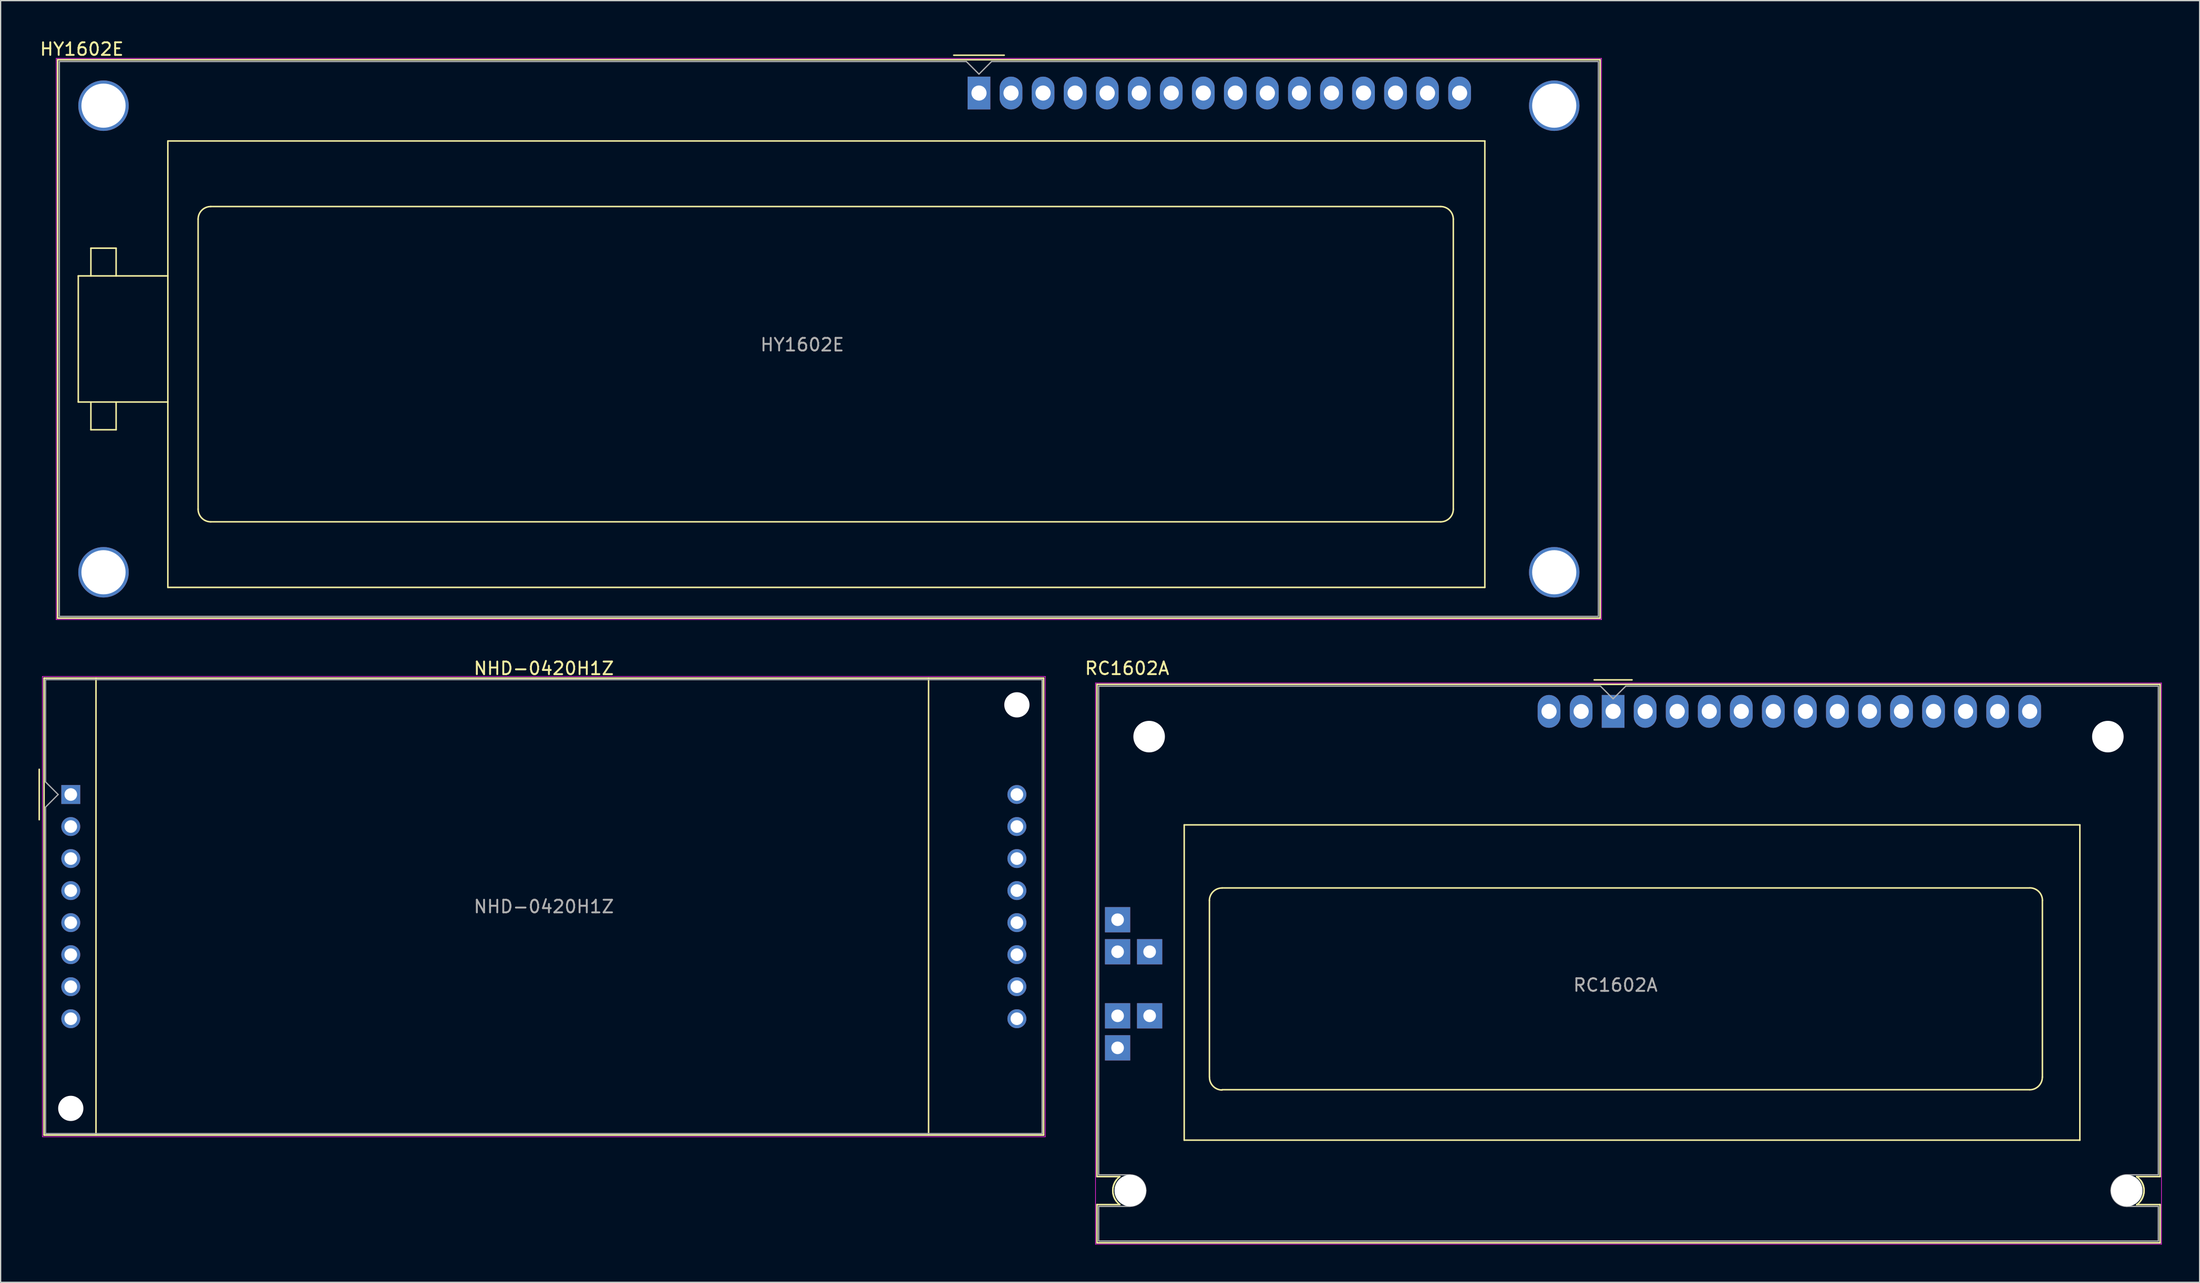
<source format=kicad_pcb>
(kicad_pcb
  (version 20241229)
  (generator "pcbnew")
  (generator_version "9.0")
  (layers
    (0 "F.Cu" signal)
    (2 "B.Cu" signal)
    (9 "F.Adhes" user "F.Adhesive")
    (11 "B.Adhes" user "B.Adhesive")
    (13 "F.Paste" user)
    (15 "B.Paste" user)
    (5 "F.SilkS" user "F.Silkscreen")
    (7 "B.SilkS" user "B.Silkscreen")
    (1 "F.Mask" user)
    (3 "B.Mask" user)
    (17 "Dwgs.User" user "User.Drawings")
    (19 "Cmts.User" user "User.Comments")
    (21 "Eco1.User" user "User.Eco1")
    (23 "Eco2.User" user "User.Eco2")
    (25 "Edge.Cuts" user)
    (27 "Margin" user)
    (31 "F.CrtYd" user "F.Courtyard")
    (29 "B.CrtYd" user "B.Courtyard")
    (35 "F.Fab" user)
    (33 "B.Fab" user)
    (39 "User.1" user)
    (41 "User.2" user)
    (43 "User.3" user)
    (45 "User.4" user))
  (footprint "HY1602E"
    (layer "F.Cu")
    (at 74.555 4.328)
    (property "Reference" "HY1602E" (at -71.12 -3.48 0) (layer "F.SilkS") (effects (font (size 1 1) (thickness 0.15))))
    (attr through_hole)
    (fp_line (start -73.04 -2.64) (end -73.04 41.64) (stroke (width 0.12) (type solid)) (layer "F.SilkS"))
    (fp_line (start -73.04 -2.64) (end 49.24 -2.64) (stroke (width 0.12) (type solid)) (layer "F.SilkS"))
    (fp_line (start -71.4 14.5) (end -64.3 14.5) (stroke (width 0.12) (type solid)) (layer "F.SilkS"))
    (fp_line (start -71.4 24.5) (end -71.4 14.5) (stroke (width 0.12) (type solid)) (layer "F.SilkS"))
    (fp_line (start -70.4 12.3) (end -70.4 14.5) (stroke (width 0.12) (type solid)) (layer "F.SilkS"))
    (fp_line (start -70.4 26.7) (end -70.4 24.5) (stroke (width 0.12) (type solid)) (layer "F.SilkS"))
    (fp_line (start -68.4 12.3) (end -70.4 12.3) (stroke (width 0.12) (type solid)) (layer "F.SilkS"))
    (fp_line (start -68.4 14.5) (end -68.4 12.3) (stroke (width 0.12) (type solid)) (layer "F.SilkS"))
    (fp_line (start -68.4 24.5) (end -68.4 26.7) (stroke (width 0.12) (type solid)) (layer "F.SilkS"))
    (fp_line (start -68.4 26.7) (end -70.4 26.7) (stroke (width 0.12) (type solid)) (layer "F.SilkS"))
    (fp_line (start -64.3 3.8) (end 40.1 3.8) (stroke (width 0.12) (type solid)) (layer "F.SilkS"))
    (fp_line (start -64.3 24.5) (end -71.4 24.5) (stroke (width 0.12) (type solid)) (layer "F.SilkS"))
    (fp_line (start -64.3 39.2) (end -64.3 3.8) (stroke (width 0.12) (type solid)) (layer "F.SilkS"))
    (fp_line (start -61.9 33) (end -61.9 10) (stroke (width 0.12) (type solid)) (layer "F.SilkS"))
    (fp_line (start -60.9 9) (end 36.6 9) (stroke (width 0.12) (type solid)) (layer "F.SilkS"))
    (fp_line (start -2 -3) (end 2 -3) (stroke (width 0.12) (type solid)) (layer "F.SilkS"))
    (fp_line (start 36.6 34) (end -60.9 34) (stroke (width 0.12) (type solid)) (layer "F.SilkS"))
    (fp_line (start 37.6 10) (end 37.6 33) (stroke (width 0.12) (type solid)) (layer "F.SilkS"))
    (fp_line (start 40.1 3.8) (end 40.1 39.2) (stroke (width 0.12) (type solid)) (layer "F.SilkS"))
    (fp_line (start 40.1 39.2) (end -64.3 39.2) (stroke (width 0.12) (type solid)) (layer "F.SilkS"))
    (fp_line (start 49.24 -2.64) (end 49.24 41.64) (stroke (width 0.12) (type solid)) (layer "F.SilkS"))
    (fp_line (start 49.24 41.64) (end -73.04 41.64) (stroke (width 0.12) (type solid)) (layer "F.SilkS"))
    (fp_arc (start -61.9 10) (mid -61.607107 9.292893) (end -60.9 9) (stroke (width 0.12) (type solid)) (layer "F.SilkS"))
    (fp_arc (start -60.9 34) (mid -61.607107 33.707107) (end -61.9 33) (stroke (width 0.12) (type solid)) (layer "F.SilkS"))
    (fp_arc (start 36.6 9) (mid 37.307107 9.292893) (end 37.6 10) (stroke (width 0.12) (type solid)) (layer "F.SilkS"))
    (fp_arc (start 37.6 33) (mid 37.307107 33.707107) (end 36.6 34) (stroke (width 0.12) (type solid)) (layer "F.SilkS"))
    (fp_line (start -73.15 -2.75) (end -73.15 41.75) (stroke (width 0.05) (type solid)) (layer "F.CrtYd"))
    (fp_line (start -73.15 -2.75) (end 49.35 -2.75) (stroke (width 0.05) (type solid)) (layer "F.CrtYd"))
    (fp_line (start -73.15 41.75) (end 49.35 41.75) (stroke (width 0.05) (type solid)) (layer "F.CrtYd"))
    (fp_line (start 49.35 -2.75) (end 49.35 41.75) (stroke (width 0.05) (type solid)) (layer "F.CrtYd"))
    (fp_line (start -72.9 -2.5) (end -72.9 41.5) (stroke (width 0.1) (type solid)) (layer "F.Fab"))
    (fp_line (start -72.9 41.5) (end 49.1 41.5) (stroke (width 0.1) (type solid)) (layer "F.Fab"))
    (fp_line (start -1 -2.5) (end -72.9 -2.5) (stroke (width 0.1) (type solid)) (layer "F.Fab"))
    (fp_line (start 0 -1.5) (end -1 -2.5) (stroke (width 0.1) (type solid)) (layer "F.Fab"))
    (fp_line (start 1 -2.5) (end 0 -1.5) (stroke (width 0.1) (type solid)) (layer "F.Fab"))
    (fp_line (start 49.1 -2.5) (end 1 -2.5) (stroke (width 0.1) (type solid)) (layer "F.Fab"))
    (fp_line (start 49.1 41.5) (end 49.1 -2.5) (stroke (width 0.1) (type solid)) (layer "F.Fab"))
    (fp_text user "${REFERENCE}" (at -14.01 19.96 0) (layer "F.Fab") (effects (font (size 1 1) (thickness 0.15))))
    (pad "" thru_hole circle (at -69.4 1.001 180) (size 4 4) (drill 3.5) (layers "*.Cu" "*.Mask"))
    (pad "" thru_hole circle (at -69.4 38.001 180) (size 4 4) (drill 3.5) (layers "*.Cu" "*.Mask"))
    (pad "" thru_hole circle (at 45.601 1.001 180) (size 4 4) (drill 3.5) (layers "*.Cu" "*.Mask"))
    (pad "" thru_hole circle (at 45.601 38.001 180) (size 4 4) (drill 3.5) (layers "*.Cu" "*.Mask"))
    (pad "1" thru_hole rect (at 0 0 180) (size 1.8 2.6) (drill 1.2) (layers "*.Cu" "*.Mask"))
    (pad "2" thru_hole oval (at 2.54 0 180) (size 1.8 2.6) (drill 1.2) (layers "*.Cu" "*.Mask"))
    (pad "3" thru_hole oval (at 5.08 0 180) (size 1.8 2.6) (drill 1.2) (layers "*.Cu" "*.Mask"))
    (pad "4" thru_hole oval (at 7.62 0 180) (size 1.8 2.6) (drill 1.2) (layers "*.Cu" "*.Mask"))
    (pad "5" thru_hole oval (at 10.16 0 180) (size 1.8 2.6) (drill 1.2) (layers "*.Cu" "*.Mask"))
    (pad "6" thru_hole oval (at 12.7 0 180) (size 1.8 2.6) (drill 1.2) (layers "*.Cu" "*.Mask"))
    (pad "7" thru_hole oval (at 15.24 0 180) (size 1.8 2.6) (drill 1.2) (layers "*.Cu" "*.Mask"))
    (pad "8" thru_hole oval (at 17.78 0 180) (size 1.8 2.6) (drill 1.2) (layers "*.Cu" "*.Mask"))
    (pad "9" thru_hole oval (at 20.32 0 180) (size 1.8 2.6) (drill 1.2) (layers "*.Cu" "*.Mask"))
    (pad "10" thru_hole oval (at 22.86 0 180) (size 1.8 2.6) (drill 1.2) (layers "*.Cu" "*.Mask"))
    (pad "11" thru_hole oval (at 25.4 0 180) (size 1.8 2.6) (drill 1.2) (layers "*.Cu" "*.Mask"))
    (pad "12" thru_hole oval (at 27.94 0 180) (size 1.8 2.6) (drill 1.2) (layers "*.Cu" "*.Mask"))
    (pad "13" thru_hole oval (at 30.48 0 180) (size 1.8 2.6) (drill 1.2) (layers "*.Cu" "*.Mask"))
    (pad "14" thru_hole oval (at 33.02 0 180) (size 1.8 2.6) (drill 1.2) (layers "*.Cu" "*.Mask"))
    (pad "15" thru_hole oval (at 35.56 0 180) (size 1.8 2.6) (drill 1.2) (layers "*.Cu" "*.Mask"))
    (pad "16" thru_hole oval (at 38.1 0 180) (size 1.8 2.6) (drill 1.2) (layers "*.Cu" "*.Mask")))
  (footprint "NHD-0420H1Z"
    (layer "F.Cu")
    (at 2.56 59.952)
    (property "Reference" "NHD-0420H1Z" (at 37.5 -10 0) (layer "F.SilkS") (effects (font (size 1 1) (thickness 0.15))))
    (attr through_hole)
    (fp_line (start -2.5 -2) (end -2.5 2) (stroke (width 0.12) (type solid)) (layer "F.SilkS"))
    (fp_line (start -2.12 -9.23) (end 77.12 -9.23) (stroke (width 0.12) (type solid)) (layer "F.SilkS"))
    (fp_line (start -2.12 27.01) (end -2.12 -9.23) (stroke (width 0.12) (type solid)) (layer "F.SilkS"))
    (fp_line (start 2 27.01) (end 2 -9.23) (stroke (width 0.12) (type solid)) (layer "F.SilkS"))
    (fp_line (start 68 -9.23) (end 68 27.01) (stroke (width 0.12) (type solid)) (layer "F.SilkS"))
    (fp_line (start 77.12 -9.23) (end 77.12 27.01) (stroke (width 0.12) (type solid)) (layer "F.SilkS"))
    (fp_line (start 77.12 27.01) (end -2.12 27.01) (stroke (width 0.12) (type solid)) (layer "F.SilkS"))
    (fp_line (start -2.25 -9.36) (end 77.25 -9.36) (stroke (width 0.05) (type solid)) (layer "F.CrtYd"))
    (fp_line (start -2.25 27.14) (end -2.25 -9.36) (stroke (width 0.05) (type solid)) (layer "F.CrtYd"))
    (fp_line (start 77.25 -9.36) (end 77.25 27.14) (stroke (width 0.05) (type solid)) (layer "F.CrtYd"))
    (fp_line (start 77.25 27.14) (end -2.25 27.14) (stroke (width 0.05) (type solid)) (layer "F.CrtYd"))
    (fp_line (start -2 -9.11) (end 77 -9.11) (stroke (width 0.1) (type solid)) (layer "F.Fab"))
    (fp_line (start -2 -1) (end -2 -9.11) (stroke (width 0.1) (type solid)) (layer "F.Fab"))
    (fp_line (start -2 1) (end -1 0) (stroke (width 0.1) (type solid)) (layer "F.Fab"))
    (fp_line (start -2 26.89) (end -2 1) (stroke (width 0.1) (type solid)) (layer "F.Fab"))
    (fp_line (start -1 0) (end -2 -1) (stroke (width 0.1) (type solid)) (layer "F.Fab"))
    (fp_line (start 77 -9.11) (end 77 26.89) (stroke (width 0.1) (type solid)) (layer "F.Fab"))
    (fp_line (start 77 26.89) (end -2 26.89) (stroke (width 0.1) (type solid)) (layer "F.Fab"))
    (fp_text user "${REFERENCE}" (at 37.5 8.89 0) (layer "F.Fab") (effects (font (size 1 1) (thickness 0.15))))
    (pad "" np_thru_hole circle (at 0 24.89) (size 2 2) (drill 2) (layers "*.Cu" "*.Mask"))
    (pad "" np_thru_hole circle (at 75 -7.11) (size 2 2) (drill 2) (layers "*.Cu" "*.Mask"))
    (pad "1" thru_hole rect (at 0 0) (size 1.5 1.5) (drill 1) (layers "*.Cu" "*.Mask"))
    (pad "2" thru_hole circle (at 0 2.54) (size 1.5 1.5) (drill 1) (layers "*.Cu" "*.Mask"))
    (pad "3" thru_hole circle (at 0 5.08) (size 1.5 1.5) (drill 1) (layers "*.Cu" "*.Mask"))
    (pad "4" thru_hole circle (at 0 7.62) (size 1.5 1.5) (drill 1) (layers "*.Cu" "*.Mask"))
    (pad "5" thru_hole circle (at 0 10.16) (size 1.5 1.5) (drill 1) (layers "*.Cu" "*.Mask"))
    (pad "6" thru_hole circle (at 0 12.7) (size 1.5 1.5) (drill 1) (layers "*.Cu" "*.Mask"))
    (pad "7" thru_hole circle (at 0 15.24) (size 1.5 1.5) (drill 1) (layers "*.Cu" "*.Mask"))
    (pad "8" thru_hole circle (at 0 17.78) (size 1.5 1.5) (drill 1) (layers "*.Cu" "*.Mask"))
    (pad "9" thru_hole circle (at 75 0) (size 1.5 1.5) (drill 1) (layers "*.Cu" "*.Mask"))
    (pad "10" thru_hole circle (at 75 2.54) (size 1.5 1.5) (drill 1) (layers "*.Cu" "*.Mask"))
    (pad "11" thru_hole circle (at 75 5.08) (size 1.5 1.5) (drill 1) (layers "*.Cu" "*.Mask"))
    (pad "12" thru_hole circle (at 75 7.62) (size 1.5 1.5) (drill 1) (layers "*.Cu" "*.Mask"))
    (pad "13" thru_hole circle (at 75 10.16) (size 1.5 1.5) (drill 1) (layers "*.Cu" "*.Mask"))
    (pad "14" thru_hole circle (at 75 12.7) (size 1.5 1.5) (drill 1) (layers "*.Cu" "*.Mask"))
    (pad "15" thru_hole circle (at 75 15.24) (size 1.5 1.5) (drill 1) (layers "*.Cu" "*.Mask"))
    (pad "16" thru_hole circle (at 75 17.78) (size 1.5 1.5) (drill 1) (layers "*.Cu" "*.Mask")))
  (footprint "RC1602A"
    (layer "F.Cu")
    (at 124.823 53.361)
    (property "Reference" "RC1602A" (at -38.53 -3.41 180) (layer "F.SilkS") (effects (font (size 1 1) (thickness 0.15))))
    (attr through_hole)
    (fp_line (start -40.92 -2.14) (end 43.36 -2.14) (stroke (width 0.12) (type solid)) (layer "F.SilkS"))
    (fp_line (start -40.92 36.89) (end -40.92 -2.14) (stroke (width 0.12) (type solid)) (layer "F.SilkS"))
    (fp_line (start -40.92 36.89) (end -39.1 36.89) (stroke (width 0.12) (type solid)) (layer "F.SilkS"))
    (fp_line (start -40.92 39.11) (end -39.1 39.11) (stroke (width 0.12) (type solid)) (layer "F.SilkS"))
    (fp_line (start -40.92 42.14) (end -40.92 39.11) (stroke (width 0.12) (type solid)) (layer "F.SilkS"))
    (fp_line (start -34 9) (end 37 9) (stroke (width 0.12) (type solid)) (layer "F.SilkS"))
    (fp_line (start -34 34) (end -34 9) (stroke (width 0.12) (type solid)) (layer "F.SilkS"))
    (fp_line (start -32 29) (end -32 15) (stroke (width 0.12) (type solid)) (layer "F.SilkS"))
    (fp_line (start -31 14) (end 33 14) (stroke (width 0.12) (type solid)) (layer "F.SilkS"))
    (fp_line (start -1.5 -2.5) (end 1.5 -2.5) (stroke (width 0.12) (type solid)) (layer "F.SilkS"))
    (fp_line (start 33 30) (end -31 30) (stroke (width 0.12) (type solid)) (layer "F.SilkS"))
    (fp_line (start 34.03 15) (end 34.03 29) (stroke (width 0.12) (type solid)) (layer "F.SilkS"))
    (fp_line (start 37 9) (end 37 34) (stroke (width 0.12) (type solid)) (layer "F.SilkS"))
    (fp_line (start 37 34) (end -34 34) (stroke (width 0.12) (type solid)) (layer "F.SilkS"))
    (fp_line (start 41.5 39.11) (end 43.36 39.11) (stroke (width 0.12) (type solid)) (layer "F.SilkS"))
    (fp_line (start 43.36 -2.14) (end 43.36 36.89) (stroke (width 0.12) (type solid)) (layer "F.SilkS"))
    (fp_line (start 43.36 36.89) (end 41.5 36.89) (stroke (width 0.12) (type solid)) (layer "F.SilkS"))
    (fp_line (start 43.36 39.11) (end 43.36 42.14) (stroke (width 0.12) (type solid)) (layer "F.SilkS"))
    (fp_line (start 43.36 42.14) (end -40.92 42.14) (stroke (width 0.12) (type solid)) (layer "F.SilkS"))
    (fp_arc (start -39.39 38.82) (mid -39.644716 37.794939) (end -39.1 36.89) (stroke (width 0.12) (type solid)) (layer "F.SilkS"))
    (fp_arc (start -39.1 39.11) (mid -39.644716 38.205061) (end -39.39 37.18) (stroke (width 0.12) (type solid)) (layer "F.SilkS"))
    (fp_arc (start -32.00286 15.00246) (mid -31.710488 14.296612) (end -31.00464 14.00424) (stroke (width 0.12) (type solid)) (layer "F.SilkS"))
    (fp_arc (start -30.99464 30.0237) (mid -31.702284 29.730584) (end -31.9954 29.02294) (stroke (width 0.12) (type solid)) (layer "F.SilkS"))
    (fp_arc (start 33.03574 13.99424) (mid 33.741588 14.286612) (end 34.03396 14.99246) (stroke (width 0.12) (type solid)) (layer "F.SilkS"))
    (fp_arc (start 34.0265 29.00294) (mid 33.733384 29.710584) (end 33.02574 30.0037) (stroke (width 0.12) (type solid)) (layer "F.SilkS"))
    (fp_arc (start 41.5 36.89) (mid 42.059361 37.759584) (end 41.84 38.77) (stroke (width 0.12) (type solid)) (layer "F.SilkS"))
    (fp_arc (start 41.84 37.21) (mid 42.070574 38.233345) (end 41.51 39.12) (stroke (width 0.12) (type solid)) (layer "F.SilkS"))
    (fp_line (start -41.03 -2.25) (end 43.47 -2.25) (stroke (width 0.05) (type solid)) (layer "F.CrtYd"))
    (fp_line (start -41.03 42.25) (end -41.03 -2.25) (stroke (width 0.05) (type solid)) (layer "F.CrtYd"))
    (fp_line (start -41.03 42.25) (end 43.47 42.25) (stroke (width 0.05) (type solid)) (layer "F.CrtYd"))
    (fp_line (start 43.47 42.25) (end 43.47 -2.25) (stroke (width 0.05) (type solid)) (layer "F.CrtYd"))
    (fp_line (start -40.78 -2) (end -1 -2) (stroke (width 0.1) (type solid)) (layer "F.Fab"))
    (fp_line (start -40.78 36.75) (end -40.78 -2) (stroke (width 0.1) (type solid)) (layer "F.Fab"))
    (fp_line (start -40.78 36.75) (end -38.28 36.75) (stroke (width 0.1) (type solid)) (layer "F.Fab"))
    (fp_line (start -40.78 39.25) (end -38.28 39.25) (stroke (width 0.1) (type solid)) (layer "F.Fab"))
    (fp_line (start -40.78 41.99) (end -40.78 39.25) (stroke (width 0.1) (type solid)) (layer "F.Fab"))
    (fp_line (start -1 -2) (end 0 -1) (stroke (width 0.1) (type solid)) (layer "F.Fab"))
    (fp_line (start 0 -1) (end 1 -2) (stroke (width 0.1) (type solid)) (layer "F.Fab"))
    (fp_line (start 1 -2) (end 43.22 -2) (stroke (width 0.1) (type solid)) (layer "F.Fab"))
    (fp_line (start 40.72 39.25) (end 43.22 39.25) (stroke (width 0.1) (type solid)) (layer "F.Fab"))
    (fp_line (start 43.22 -2) (end 43.22 36.75) (stroke (width 0.1) (type solid)) (layer "F.Fab"))
    (fp_line (start 43.22 36.75) (end 40.72 36.75) (stroke (width 0.1) (type solid)) (layer "F.Fab"))
    (fp_line (start 43.22 39.25) (end 43.22 42) (stroke (width 0.1) (type solid)) (layer "F.Fab"))
    (fp_line (start 43.22 42) (end -40.78 42) (stroke (width 0.1) (type solid)) (layer "F.Fab"))
    (fp_arc (start -38.28 36.76) (mid -37.403188 37.123188) (end -37.04 38) (stroke (width 0.1) (type solid)) (layer "F.Fab"))
    (fp_arc (start -37.04 38) (mid -37.403188 38.876812) (end -38.28 39.24) (stroke (width 0.1) (type solid)) (layer "F.Fab"))
    (fp_arc (start 39.47 37.99) (mid 39.843188 37.109045) (end 40.73 36.75) (stroke (width 0.1) (type solid)) (layer "F.Fab"))
    (fp_arc (start 40.73 39.25) (mid 39.843188 38.890955) (end 39.47 38.01) (stroke (width 0.1) (type solid)) (layer "F.Fab"))
    (fp_text user "${REFERENCE}" (at 0.185 21.705 0) (layer "F.Fab") (effects (font (size 1 1) (thickness 0.15))))
    (pad "" np_thru_hole circle (at -38.28 38 180) (size 2.5 2.5) (drill 2.5) (layers "*.Cu" "*.Mask"))
    (pad "" np_thru_hole circle (at -36.78 2 180) (size 2.5 2.5) (drill 2.5) (layers "*.Cu" "*.Mask"))
    (pad "" np_thru_hole circle (at 39.22 2 180) (size 2.5 2.5) (drill 2.5) (layers "*.Cu" "*.Mask"))
    (pad "" np_thru_hole circle (at 40.72 38 180) (size 2.5 2.5) (drill 2.5) (layers "*.Cu" "*.Mask"))
    (pad "1" thru_hole rect (at 0 0 180) (size 1.8 2.6) (drill 1.2) (layers "*.Cu" "*.Mask"))
    (pad "2" thru_hole oval (at 2.54 0 180) (size 1.8 2.6) (drill 1.2) (layers "*.Cu" "*.Mask"))
    (pad "3" thru_hole oval (at 5.08 0 180) (size 1.8 2.6) (drill 1.2) (layers "*.Cu" "*.Mask"))
    (pad "4" thru_hole oval (at 7.62 0 180) (size 1.8 2.6) (drill 1.2) (layers "*.Cu" "*.Mask"))
    (pad "5" thru_hole oval (at 10.16 0 180) (size 1.8 2.6) (drill 1.2) (layers "*.Cu" "*.Mask"))
    (pad "6" thru_hole oval (at 12.7 0 180) (size 1.8 2.6) (drill 1.2) (layers "*.Cu" "*.Mask"))
    (pad "7" thru_hole oval (at 15.24 0 180) (size 1.8 2.6) (drill 1.2) (layers "*.Cu" "*.Mask"))
    (pad "8" thru_hole oval (at 17.78 0 180) (size 1.8 2.6) (drill 1.2) (layers "*.Cu" "*.Mask"))
    (pad "9" thru_hole oval (at 20.32 0 180) (size 1.8 2.6) (drill 1.2) (layers "*.Cu" "*.Mask"))
    (pad "10" thru_hole oval (at 22.86 0 180) (size 1.8 2.6) (drill 1.2) (layers "*.Cu" "*.Mask"))
    (pad "11" thru_hole oval (at 25.4 0 180) (size 1.8 2.6) (drill 1.2) (layers "*.Cu" "*.Mask"))
    (pad "12" thru_hole oval (at 27.94 0 180) (size 1.8 2.6) (drill 1.2) (layers "*.Cu" "*.Mask"))
    (pad "13" thru_hole oval (at 30.485 0.003 180) (size 1.8 2.6) (drill 1.2) (layers "*.Cu" "*.Mask"))
    (pad "14" thru_hole oval (at 33.02 0 180) (size 1.8 2.6) (drill 1.2) (layers "*.Cu" "*.Mask"))
    (pad "15" thru_hole oval (at -5.08 0 180) (size 1.8 2.6) (drill 1.2) (layers "*.Cu" "*.Mask"))
    (pad "16" thru_hole oval (at -2.535 0.003 180) (size 1.8 2.6) (drill 1.2) (layers "*.Cu" "*.Mask"))
    (pad "A1" thru_hole rect (at -39.28 24.14 180) (size 2 2) (drill 1) (layers "*.Cu" "*.Mask"))
    (pad "A1" thru_hole rect (at -39.28 26.68 180) (size 2 2) (drill 1) (layers "*.Cu" "*.Mask"))
    (pad "A1" thru_hole rect (at -36.74 24.14 180) (size 2 2) (drill 1) (layers "*.Cu" "*.Mask"))
    (pad "K1" thru_hole rect (at -39.28 16.52 180) (size 2 2) (drill 1) (layers "*.Cu" "*.Mask"))
    (pad "K1" thru_hole rect (at -39.28 19.06 180) (size 2 2) (drill 1) (layers "*.Cu" "*.Mask"))
    (pad "K1" thru_hole rect (at -36.74 19.06 180) (size 2 2) (drill 1) (layers "*.Cu" "*.Mask")))
  (gr_rect
    (start -3 -3)
    (end 171.318 98.636)
    (stroke (width 0.1) (type default))
    (fill no)
    (layer "Edge.Cuts")))
</source>
